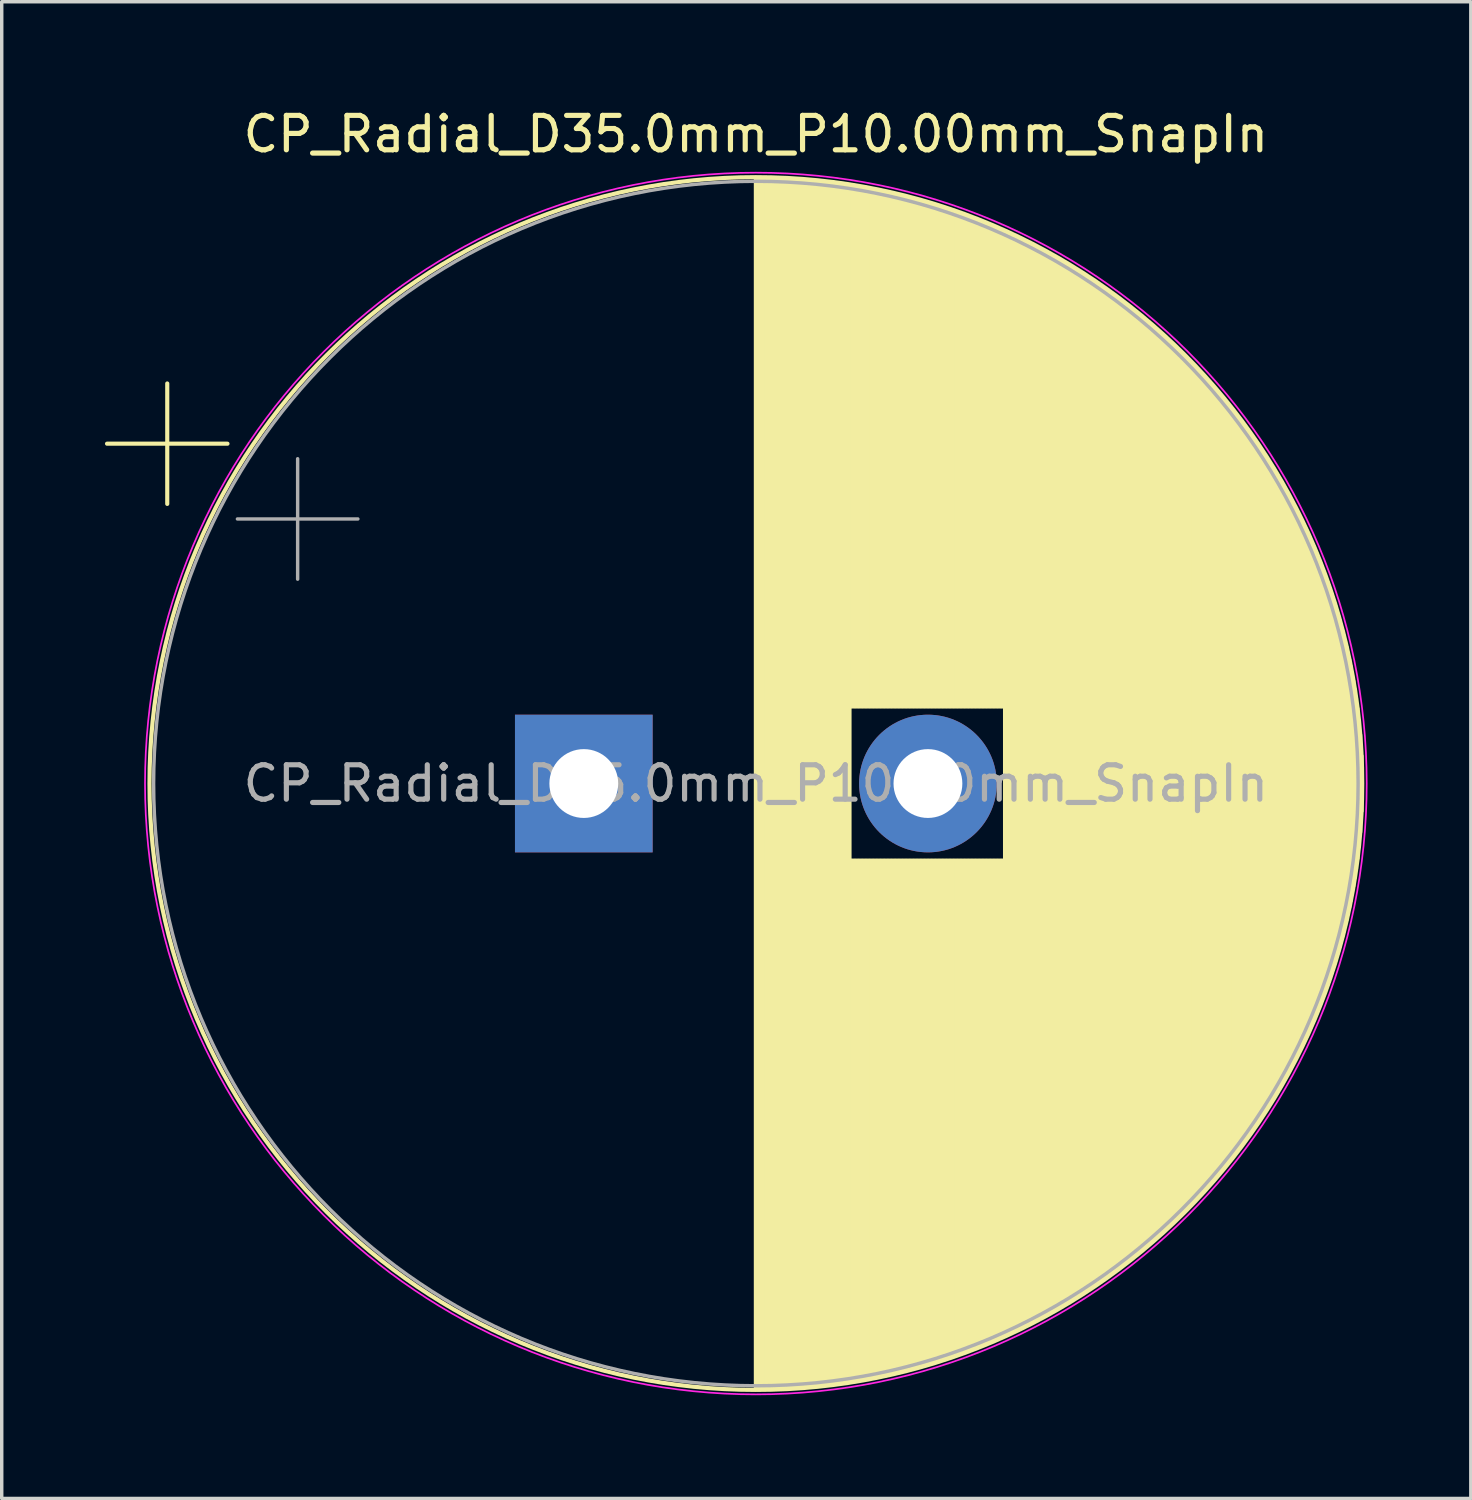
<source format=kicad_pcb>
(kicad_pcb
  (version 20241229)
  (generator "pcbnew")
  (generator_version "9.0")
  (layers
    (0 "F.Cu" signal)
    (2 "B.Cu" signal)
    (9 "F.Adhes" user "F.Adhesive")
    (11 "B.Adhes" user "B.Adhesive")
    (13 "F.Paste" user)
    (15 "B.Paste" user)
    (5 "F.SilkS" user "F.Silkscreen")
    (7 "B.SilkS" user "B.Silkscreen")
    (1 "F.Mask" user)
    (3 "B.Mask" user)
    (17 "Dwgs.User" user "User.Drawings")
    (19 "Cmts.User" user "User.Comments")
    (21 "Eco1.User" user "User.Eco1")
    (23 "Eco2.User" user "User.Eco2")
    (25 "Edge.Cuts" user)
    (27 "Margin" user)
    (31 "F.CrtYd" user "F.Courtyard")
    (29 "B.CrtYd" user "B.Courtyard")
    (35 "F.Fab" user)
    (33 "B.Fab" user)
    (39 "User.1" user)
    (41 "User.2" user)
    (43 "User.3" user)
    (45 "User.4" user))
  (footprint "CP_Radial_D35.0mm_P10.00mm_SnapIn"
    (layer "F.Cu")
    (at 13.914 19.718)
    (property "Reference" "CP_Radial_D35.0mm_P10.00mm_SnapIn" (at 5 -18.87 0) (layer "F.SilkS") (effects (font (size 1 1) (thickness 0.15))))
    (attr through_hole)
    (fp_line (start -13.854 -9.875) (end -10.354 -9.875) (stroke (width 0.12) (type solid)) (layer "F.SilkS"))
    (fp_line (start -12.104 -11.625) (end -12.104 -8.125) (stroke (width 0.12) (type solid)) (layer "F.SilkS"))
    (fp_line (start 5 -17.58) (end 5 17.58) (stroke (width 0.12) (type solid)) (layer "F.SilkS"))
    (fp_line (start 5.04 -17.58) (end 5.04 17.58) (stroke (width 0.12) (type solid)) (layer "F.SilkS"))
    (fp_line (start 5.08 -17.58) (end 5.08 17.58) (stroke (width 0.12) (type solid)) (layer "F.SilkS"))
    (fp_line (start 5.12 -17.58) (end 5.12 17.58) (stroke (width 0.12) (type solid)) (layer "F.SilkS"))
    (fp_line (start 5.16 -17.58) (end 5.16 17.58) (stroke (width 0.12) (type solid)) (layer "F.SilkS"))
    (fp_line (start 5.2 -17.579) (end 5.2 17.579) (stroke (width 0.12) (type solid)) (layer "F.SilkS"))
    (fp_line (start 5.24 -17.579) (end 5.24 17.579) (stroke (width 0.12) (type solid)) (layer "F.SilkS"))
    (fp_line (start 5.28 -17.578) (end 5.28 17.578) (stroke (width 0.12) (type solid)) (layer "F.SilkS"))
    (fp_line (start 5.32 -17.578) (end 5.32 17.578) (stroke (width 0.12) (type solid)) (layer "F.SilkS"))
    (fp_line (start 5.36 -17.577) (end 5.36 17.577) (stroke (width 0.12) (type solid)) (layer "F.SilkS"))
    (fp_line (start 5.4 -17.576) (end 5.4 17.576) (stroke (width 0.12) (type solid)) (layer "F.SilkS"))
    (fp_line (start 5.44 -17.575) (end 5.44 17.575) (stroke (width 0.12) (type solid)) (layer "F.SilkS"))
    (fp_line (start 5.48 -17.574) (end 5.48 17.574) (stroke (width 0.12) (type solid)) (layer "F.SilkS"))
    (fp_line (start 5.52 -17.573) (end 5.52 17.573) (stroke (width 0.12) (type solid)) (layer "F.SilkS"))
    (fp_line (start 5.56 -17.572) (end 5.56 17.572) (stroke (width 0.12) (type solid)) (layer "F.SilkS"))
    (fp_line (start 5.6 -17.57) (end 5.6 17.57) (stroke (width 0.12) (type solid)) (layer "F.SilkS"))
    (fp_line (start 5.64 -17.569) (end 5.64 17.569) (stroke (width 0.12) (type solid)) (layer "F.SilkS"))
    (fp_line (start 5.68 -17.567) (end 5.68 17.567) (stroke (width 0.12) (type solid)) (layer "F.SilkS"))
    (fp_line (start 5.721 -17.566) (end 5.721 17.566) (stroke (width 0.12) (type solid)) (layer "F.SilkS"))
    (fp_line (start 5.761 -17.564) (end 5.761 17.564) (stroke (width 0.12) (type solid)) (layer "F.SilkS"))
    (fp_line (start 5.801 -17.562) (end 5.801 17.562) (stroke (width 0.12) (type solid)) (layer "F.SilkS"))
    (fp_line (start 5.841 -17.56) (end 5.841 17.56) (stroke (width 0.12) (type solid)) (layer "F.SilkS"))
    (fp_line (start 5.881 -17.559) (end 5.881 17.559) (stroke (width 0.12) (type solid)) (layer "F.SilkS"))
    (fp_line (start 5.921 -17.556) (end 5.921 17.556) (stroke (width 0.12) (type solid)) (layer "F.SilkS"))
    (fp_line (start 5.961 -17.554) (end 5.961 17.554) (stroke (width 0.12) (type solid)) (layer "F.SilkS"))
    (fp_line (start 6.001 -17.552) (end 6.001 17.552) (stroke (width 0.12) (type solid)) (layer "F.SilkS"))
    (fp_line (start 6.041 -17.55) (end 6.041 17.55) (stroke (width 0.12) (type solid)) (layer "F.SilkS"))
    (fp_line (start 6.081 -17.547) (end 6.081 17.547) (stroke (width 0.12) (type solid)) (layer "F.SilkS"))
    (fp_line (start 6.121 -17.545) (end 6.121 17.545) (stroke (width 0.12) (type solid)) (layer "F.SilkS"))
    (fp_line (start 6.161 -17.542) (end 6.161 17.542) (stroke (width 0.12) (type solid)) (layer "F.SilkS"))
    (fp_line (start 6.201 -17.54) (end 6.201 17.54) (stroke (width 0.12) (type solid)) (layer "F.SilkS"))
    (fp_line (start 6.241 -17.537) (end 6.241 17.537) (stroke (width 0.12) (type solid)) (layer "F.SilkS"))
    (fp_line (start 6.281 -17.534) (end 6.281 17.534) (stroke (width 0.12) (type solid)) (layer "F.SilkS"))
    (fp_line (start 6.321 -17.531) (end 6.321 17.531) (stroke (width 0.12) (type solid)) (layer "F.SilkS"))
    (fp_line (start 6.361 -17.528) (end 6.361 17.528) (stroke (width 0.12) (type solid)) (layer "F.SilkS"))
    (fp_line (start 6.401 -17.525) (end 6.401 17.525) (stroke (width 0.12) (type solid)) (layer "F.SilkS"))
    (fp_line (start 6.441 -17.522) (end 6.441 17.522) (stroke (width 0.12) (type solid)) (layer "F.SilkS"))
    (fp_line (start 6.481 -17.518) (end 6.481 17.518) (stroke (width 0.12) (type solid)) (layer "F.SilkS"))
    (fp_line (start 6.521 -17.515) (end 6.521 17.515) (stroke (width 0.12) (type solid)) (layer "F.SilkS"))
    (fp_line (start 6.561 -17.511) (end 6.561 17.511) (stroke (width 0.12) (type solid)) (layer "F.SilkS"))
    (fp_line (start 6.601 -17.508) (end 6.601 17.508) (stroke (width 0.12) (type solid)) (layer "F.SilkS"))
    (fp_line (start 6.641 -17.504) (end 6.641 17.504) (stroke (width 0.12) (type solid)) (layer "F.SilkS"))
    (fp_line (start 6.681 -17.5) (end 6.681 17.5) (stroke (width 0.12) (type solid)) (layer "F.SilkS"))
    (fp_line (start 6.721 -17.496) (end 6.721 17.496) (stroke (width 0.12) (type solid)) (layer "F.SilkS"))
    (fp_line (start 6.761 -17.492) (end 6.761 17.492) (stroke (width 0.12) (type solid)) (layer "F.SilkS"))
    (fp_line (start 6.801 -17.488) (end 6.801 17.488) (stroke (width 0.12) (type solid)) (layer "F.SilkS"))
    (fp_line (start 6.841 -17.484) (end 6.841 17.484) (stroke (width 0.12) (type solid)) (layer "F.SilkS"))
    (fp_line (start 6.881 -17.48) (end 6.881 17.48) (stroke (width 0.12) (type solid)) (layer "F.SilkS"))
    (fp_line (start 6.921 -17.476) (end 6.921 17.476) (stroke (width 0.12) (type solid)) (layer "F.SilkS"))
    (fp_line (start 6.961 -17.471) (end 6.961 17.471) (stroke (width 0.12) (type solid)) (layer "F.SilkS"))
    (fp_line (start 7.001 -17.467) (end 7.001 17.467) (stroke (width 0.12) (type solid)) (layer "F.SilkS"))
    (fp_line (start 7.041 -17.462) (end 7.041 17.462) (stroke (width 0.12) (type solid)) (layer "F.SilkS"))
    (fp_line (start 7.081 -17.457) (end 7.081 17.457) (stroke (width 0.12) (type solid)) (layer "F.SilkS"))
    (fp_line (start 7.121 -17.452) (end 7.121 17.452) (stroke (width 0.12) (type solid)) (layer "F.SilkS"))
    (fp_line (start 7.161 -17.448) (end 7.161 17.448) (stroke (width 0.12) (type solid)) (layer "F.SilkS"))
    (fp_line (start 7.201 -17.443) (end 7.201 17.443) (stroke (width 0.12) (type solid)) (layer "F.SilkS"))
    (fp_line (start 7.241 -17.438) (end 7.241 17.438) (stroke (width 0.12) (type solid)) (layer "F.SilkS"))
    (fp_line (start 7.281 -17.432) (end 7.281 17.432) (stroke (width 0.12) (type solid)) (layer "F.SilkS"))
    (fp_line (start 7.321 -17.427) (end 7.321 17.427) (stroke (width 0.12) (type solid)) (layer "F.SilkS"))
    (fp_line (start 7.361 -17.422) (end 7.361 17.422) (stroke (width 0.12) (type solid)) (layer "F.SilkS"))
    (fp_line (start 7.401 -17.416) (end 7.401 17.416) (stroke (width 0.12) (type solid)) (layer "F.SilkS"))
    (fp_line (start 7.441 -17.411) (end 7.441 17.411) (stroke (width 0.12) (type solid)) (layer "F.SilkS"))
    (fp_line (start 7.481 -17.405) (end 7.481 17.405) (stroke (width 0.12) (type solid)) (layer "F.SilkS"))
    (fp_line (start 7.521 -17.399) (end 7.521 17.399) (stroke (width 0.12) (type solid)) (layer "F.SilkS"))
    (fp_line (start 7.561 -17.394) (end 7.561 17.394) (stroke (width 0.12) (type solid)) (layer "F.SilkS"))
    (fp_line (start 7.601 -17.388) (end 7.601 17.388) (stroke (width 0.12) (type solid)) (layer "F.SilkS"))
    (fp_line (start 7.641 -17.382) (end 7.641 17.382) (stroke (width 0.12) (type solid)) (layer "F.SilkS"))
    (fp_line (start 7.681 -17.375) (end 7.681 17.375) (stroke (width 0.12) (type solid)) (layer "F.SilkS"))
    (fp_line (start 7.721 -17.369) (end 7.721 17.369) (stroke (width 0.12) (type solid)) (layer "F.SilkS"))
    (fp_line (start 7.761 -17.363) (end 7.761 -2.24) (stroke (width 0.12) (type solid)) (layer "F.SilkS"))
    (fp_line (start 7.761 2.24) (end 7.761 17.363) (stroke (width 0.12) (type solid)) (layer "F.SilkS"))
    (fp_line (start 7.801 -17.357) (end 7.801 -2.24) (stroke (width 0.12) (type solid)) (layer "F.SilkS"))
    (fp_line (start 7.801 2.24) (end 7.801 17.357) (stroke (width 0.12) (type solid)) (layer "F.SilkS"))
    (fp_line (start 7.841 -17.35) (end 7.841 -2.24) (stroke (width 0.12) (type solid)) (layer "F.SilkS"))
    (fp_line (start 7.841 2.24) (end 7.841 17.35) (stroke (width 0.12) (type solid)) (layer "F.SilkS"))
    (fp_line (start 7.881 -17.344) (end 7.881 -2.24) (stroke (width 0.12) (type solid)) (layer "F.SilkS"))
    (fp_line (start 7.881 2.24) (end 7.881 17.344) (stroke (width 0.12) (type solid)) (layer "F.SilkS"))
    (fp_line (start 7.921 -17.337) (end 7.921 -2.24) (stroke (width 0.12) (type solid)) (layer "F.SilkS"))
    (fp_line (start 7.921 2.24) (end 7.921 17.337) (stroke (width 0.12) (type solid)) (layer "F.SilkS"))
    (fp_line (start 7.961 -17.33) (end 7.961 -2.24) (stroke (width 0.12) (type solid)) (layer "F.SilkS"))
    (fp_line (start 7.961 2.24) (end 7.961 17.33) (stroke (width 0.12) (type solid)) (layer "F.SilkS"))
    (fp_line (start 8.001 -17.323) (end 8.001 -2.24) (stroke (width 0.12) (type solid)) (layer "F.SilkS"))
    (fp_line (start 8.001 2.24) (end 8.001 17.323) (stroke (width 0.12) (type solid)) (layer "F.SilkS"))
    (fp_line (start 8.041 -17.316) (end 8.041 -2.24) (stroke (width 0.12) (type solid)) (layer "F.SilkS"))
    (fp_line (start 8.041 2.24) (end 8.041 17.316) (stroke (width 0.12) (type solid)) (layer "F.SilkS"))
    (fp_line (start 8.081 -17.309) (end 8.081 -2.24) (stroke (width 0.12) (type solid)) (layer "F.SilkS"))
    (fp_line (start 8.081 2.24) (end 8.081 17.309) (stroke (width 0.12) (type solid)) (layer "F.SilkS"))
    (fp_line (start 8.121 -17.302) (end 8.121 -2.24) (stroke (width 0.12) (type solid)) (layer "F.SilkS"))
    (fp_line (start 8.121 2.24) (end 8.121 17.302) (stroke (width 0.12) (type solid)) (layer "F.SilkS"))
    (fp_line (start 8.161 -17.295) (end 8.161 -2.24) (stroke (width 0.12) (type solid)) (layer "F.SilkS"))
    (fp_line (start 8.161 2.24) (end 8.161 17.295) (stroke (width 0.12) (type solid)) (layer "F.SilkS"))
    (fp_line (start 8.201 -17.287) (end 8.201 -2.24) (stroke (width 0.12) (type solid)) (layer "F.SilkS"))
    (fp_line (start 8.201 2.24) (end 8.201 17.287) (stroke (width 0.12) (type solid)) (layer "F.SilkS"))
    (fp_line (start 8.241 -17.28) (end 8.241 -2.24) (stroke (width 0.12) (type solid)) (layer "F.SilkS"))
    (fp_line (start 8.241 2.24) (end 8.241 17.28) (stroke (width 0.12) (type solid)) (layer "F.SilkS"))
    (fp_line (start 8.281 -17.273) (end 8.281 -2.24) (stroke (width 0.12) (type solid)) (layer "F.SilkS"))
    (fp_line (start 8.281 2.24) (end 8.281 17.273) (stroke (width 0.12) (type solid)) (layer "F.SilkS"))
    (fp_line (start 8.321 -17.265) (end 8.321 -2.24) (stroke (width 0.12) (type solid)) (layer "F.SilkS"))
    (fp_line (start 8.321 2.24) (end 8.321 17.265) (stroke (width 0.12) (type solid)) (layer "F.SilkS"))
    (fp_line (start 8.361 -17.257) (end 8.361 -2.24) (stroke (width 0.12) (type solid)) (layer "F.SilkS"))
    (fp_line (start 8.361 2.24) (end 8.361 17.257) (stroke (width 0.12) (type solid)) (layer "F.SilkS"))
    (fp_line (start 8.401 -17.249) (end 8.401 -2.24) (stroke (width 0.12) (type solid)) (layer "F.SilkS"))
    (fp_line (start 8.401 2.24) (end 8.401 17.249) (stroke (width 0.12) (type solid)) (layer "F.SilkS"))
    (fp_line (start 8.441 -17.241) (end 8.441 -2.24) (stroke (width 0.12) (type solid)) (layer "F.SilkS"))
    (fp_line (start 8.441 2.24) (end 8.441 17.241) (stroke (width 0.12) (type solid)) (layer "F.SilkS"))
    (fp_line (start 8.481 -17.233) (end 8.481 -2.24) (stroke (width 0.12) (type solid)) (layer "F.SilkS"))
    (fp_line (start 8.481 2.24) (end 8.481 17.233) (stroke (width 0.12) (type solid)) (layer "F.SilkS"))
    (fp_line (start 8.521 -17.225) (end 8.521 -2.24) (stroke (width 0.12) (type solid)) (layer "F.SilkS"))
    (fp_line (start 8.521 2.24) (end 8.521 17.225) (stroke (width 0.12) (type solid)) (layer "F.SilkS"))
    (fp_line (start 8.561 -17.217) (end 8.561 -2.24) (stroke (width 0.12) (type solid)) (layer "F.SilkS"))
    (fp_line (start 8.561 2.24) (end 8.561 17.217) (stroke (width 0.12) (type solid)) (layer "F.SilkS"))
    (fp_line (start 8.601 -17.209) (end 8.601 -2.24) (stroke (width 0.12) (type solid)) (layer "F.SilkS"))
    (fp_line (start 8.601 2.24) (end 8.601 17.209) (stroke (width 0.12) (type solid)) (layer "F.SilkS"))
    (fp_line (start 8.641 -17.2) (end 8.641 -2.24) (stroke (width 0.12) (type solid)) (layer "F.SilkS"))
    (fp_line (start 8.641 2.24) (end 8.641 17.2) (stroke (width 0.12) (type solid)) (layer "F.SilkS"))
    (fp_line (start 8.681 -17.192) (end 8.681 -2.24) (stroke (width 0.12) (type solid)) (layer "F.SilkS"))
    (fp_line (start 8.681 2.24) (end 8.681 17.192) (stroke (width 0.12) (type solid)) (layer "F.SilkS"))
    (fp_line (start 8.721 -17.183) (end 8.721 -2.24) (stroke (width 0.12) (type solid)) (layer "F.SilkS"))
    (fp_line (start 8.721 2.24) (end 8.721 17.183) (stroke (width 0.12) (type solid)) (layer "F.SilkS"))
    (fp_line (start 8.761 -17.175) (end 8.761 -2.24) (stroke (width 0.12) (type solid)) (layer "F.SilkS"))
    (fp_line (start 8.761 2.24) (end 8.761 17.175) (stroke (width 0.12) (type solid)) (layer "F.SilkS"))
    (fp_line (start 8.801 -17.166) (end 8.801 -2.24) (stroke (width 0.12) (type solid)) (layer "F.SilkS"))
    (fp_line (start 8.801 2.24) (end 8.801 17.166) (stroke (width 0.12) (type solid)) (layer "F.SilkS"))
    (fp_line (start 8.841 -17.157) (end 8.841 -2.24) (stroke (width 0.12) (type solid)) (layer "F.SilkS"))
    (fp_line (start 8.841 2.24) (end 8.841 17.157) (stroke (width 0.12) (type solid)) (layer "F.SilkS"))
    (fp_line (start 8.881 -17.148) (end 8.881 -2.24) (stroke (width 0.12) (type solid)) (layer "F.SilkS"))
    (fp_line (start 8.881 2.24) (end 8.881 17.148) (stroke (width 0.12) (type solid)) (layer "F.SilkS"))
    (fp_line (start 8.921 -17.139) (end 8.921 -2.24) (stroke (width 0.12) (type solid)) (layer "F.SilkS"))
    (fp_line (start 8.921 2.24) (end 8.921 17.139) (stroke (width 0.12) (type solid)) (layer "F.SilkS"))
    (fp_line (start 8.961 -17.13) (end 8.961 -2.24) (stroke (width 0.12) (type solid)) (layer "F.SilkS"))
    (fp_line (start 8.961 2.24) (end 8.961 17.13) (stroke (width 0.12) (type solid)) (layer "F.SilkS"))
    (fp_line (start 9.001 -17.12) (end 9.001 -2.24) (stroke (width 0.12) (type solid)) (layer "F.SilkS"))
    (fp_line (start 9.001 2.24) (end 9.001 17.12) (stroke (width 0.12) (type solid)) (layer "F.SilkS"))
    (fp_line (start 9.041 -17.111) (end 9.041 -2.24) (stroke (width 0.12) (type solid)) (layer "F.SilkS"))
    (fp_line (start 9.041 2.24) (end 9.041 17.111) (stroke (width 0.12) (type solid)) (layer "F.SilkS"))
    (fp_line (start 9.081 -17.102) (end 9.081 -2.24) (stroke (width 0.12) (type solid)) (layer "F.SilkS"))
    (fp_line (start 9.081 2.24) (end 9.081 17.102) (stroke (width 0.12) (type solid)) (layer "F.SilkS"))
    (fp_line (start 9.121 -17.092) (end 9.121 -2.24) (stroke (width 0.12) (type solid)) (layer "F.SilkS"))
    (fp_line (start 9.121 2.24) (end 9.121 17.092) (stroke (width 0.12) (type solid)) (layer "F.SilkS"))
    (fp_line (start 9.161 -17.082) (end 9.161 -2.24) (stroke (width 0.12) (type solid)) (layer "F.SilkS"))
    (fp_line (start 9.161 2.24) (end 9.161 17.082) (stroke (width 0.12) (type solid)) (layer "F.SilkS"))
    (fp_line (start 9.201 -17.073) (end 9.201 -2.24) (stroke (width 0.12) (type solid)) (layer "F.SilkS"))
    (fp_line (start 9.201 2.24) (end 9.201 17.073) (stroke (width 0.12) (type solid)) (layer "F.SilkS"))
    (fp_line (start 9.241 -17.063) (end 9.241 -2.24) (stroke (width 0.12) (type solid)) (layer "F.SilkS"))
    (fp_line (start 9.241 2.24) (end 9.241 17.063) (stroke (width 0.12) (type solid)) (layer "F.SilkS"))
    (fp_line (start 9.281 -17.053) (end 9.281 -2.24) (stroke (width 0.12) (type solid)) (layer "F.SilkS"))
    (fp_line (start 9.281 2.24) (end 9.281 17.053) (stroke (width 0.12) (type solid)) (layer "F.SilkS"))
    (fp_line (start 9.321 -17.043) (end 9.321 -2.24) (stroke (width 0.12) (type solid)) (layer "F.SilkS"))
    (fp_line (start 9.321 2.24) (end 9.321 17.043) (stroke (width 0.12) (type solid)) (layer "F.SilkS"))
    (fp_line (start 9.361 -17.033) (end 9.361 -2.24) (stroke (width 0.12) (type solid)) (layer "F.SilkS"))
    (fp_line (start 9.361 2.24) (end 9.361 17.033) (stroke (width 0.12) (type solid)) (layer "F.SilkS"))
    (fp_line (start 9.401 -17.022) (end 9.401 -2.24) (stroke (width 0.12) (type solid)) (layer "F.SilkS"))
    (fp_line (start 9.401 2.24) (end 9.401 17.022) (stroke (width 0.12) (type solid)) (layer "F.SilkS"))
    (fp_line (start 9.441 -17.012) (end 9.441 -2.24) (stroke (width 0.12) (type solid)) (layer "F.SilkS"))
    (fp_line (start 9.441 2.24) (end 9.441 17.012) (stroke (width 0.12) (type solid)) (layer "F.SilkS"))
    (fp_line (start 9.481 -17.001) (end 9.481 -2.24) (stroke (width 0.12) (type solid)) (layer "F.SilkS"))
    (fp_line (start 9.481 2.24) (end 9.481 17.001) (stroke (width 0.12) (type solid)) (layer "F.SilkS"))
    (fp_line (start 9.521 -16.991) (end 9.521 -2.24) (stroke (width 0.12) (type solid)) (layer "F.SilkS"))
    (fp_line (start 9.521 2.24) (end 9.521 16.991) (stroke (width 0.12) (type solid)) (layer "F.SilkS"))
    (fp_line (start 9.561 -16.98) (end 9.561 -2.24) (stroke (width 0.12) (type solid)) (layer "F.SilkS"))
    (fp_line (start 9.561 2.24) (end 9.561 16.98) (stroke (width 0.12) (type solid)) (layer "F.SilkS"))
    (fp_line (start 9.601 -16.969) (end 9.601 -2.24) (stroke (width 0.12) (type solid)) (layer "F.SilkS"))
    (fp_line (start 9.601 2.24) (end 9.601 16.969) (stroke (width 0.12) (type solid)) (layer "F.SilkS"))
    (fp_line (start 9.641 -16.959) (end 9.641 -2.24) (stroke (width 0.12) (type solid)) (layer "F.SilkS"))
    (fp_line (start 9.641 2.24) (end 9.641 16.959) (stroke (width 0.12) (type solid)) (layer "F.SilkS"))
    (fp_line (start 9.681 -16.948) (end 9.681 -2.24) (stroke (width 0.12) (type solid)) (layer "F.SilkS"))
    (fp_line (start 9.681 2.24) (end 9.681 16.948) (stroke (width 0.12) (type solid)) (layer "F.SilkS"))
    (fp_line (start 9.721 -16.937) (end 9.721 -2.24) (stroke (width 0.12) (type solid)) (layer "F.SilkS"))
    (fp_line (start 9.721 2.24) (end 9.721 16.937) (stroke (width 0.12) (type solid)) (layer "F.SilkS"))
    (fp_line (start 9.761 -16.925) (end 9.761 -2.24) (stroke (width 0.12) (type solid)) (layer "F.SilkS"))
    (fp_line (start 9.761 2.24) (end 9.761 16.925) (stroke (width 0.12) (type solid)) (layer "F.SilkS"))
    (fp_line (start 9.801 -16.914) (end 9.801 -2.24) (stroke (width 0.12) (type solid)) (layer "F.SilkS"))
    (fp_line (start 9.801 2.24) (end 9.801 16.914) (stroke (width 0.12) (type solid)) (layer "F.SilkS"))
    (fp_line (start 9.841 -16.903) (end 9.841 -2.24) (stroke (width 0.12) (type solid)) (layer "F.SilkS"))
    (fp_line (start 9.841 2.24) (end 9.841 16.903) (stroke (width 0.12) (type solid)) (layer "F.SilkS"))
    (fp_line (start 9.881 -16.891) (end 9.881 -2.24) (stroke (width 0.12) (type solid)) (layer "F.SilkS"))
    (fp_line (start 9.881 2.24) (end 9.881 16.891) (stroke (width 0.12) (type solid)) (layer "F.SilkS"))
    (fp_line (start 9.921 -16.88) (end 9.921 -2.24) (stroke (width 0.12) (type solid)) (layer "F.SilkS"))
    (fp_line (start 9.921 2.24) (end 9.921 16.88) (stroke (width 0.12) (type solid)) (layer "F.SilkS"))
    (fp_line (start 9.961 -16.868) (end 9.961 -2.24) (stroke (width 0.12) (type solid)) (layer "F.SilkS"))
    (fp_line (start 9.961 2.24) (end 9.961 16.868) (stroke (width 0.12) (type solid)) (layer "F.SilkS"))
    (fp_line (start 10.001 -16.856) (end 10.001 -2.24) (stroke (width 0.12) (type solid)) (layer "F.SilkS"))
    (fp_line (start 10.001 2.24) (end 10.001 16.856) (stroke (width 0.12) (type solid)) (layer "F.SilkS"))
    (fp_line (start 10.041 -16.844) (end 10.041 -2.24) (stroke (width 0.12) (type solid)) (layer "F.SilkS"))
    (fp_line (start 10.041 2.24) (end 10.041 16.844) (stroke (width 0.12) (type solid)) (layer "F.SilkS"))
    (fp_line (start 10.081 -16.832) (end 10.081 -2.24) (stroke (width 0.12) (type solid)) (layer "F.SilkS"))
    (fp_line (start 10.081 2.24) (end 10.081 16.832) (stroke (width 0.12) (type solid)) (layer "F.SilkS"))
    (fp_line (start 10.121 -16.82) (end 10.121 -2.24) (stroke (width 0.12) (type solid)) (layer "F.SilkS"))
    (fp_line (start 10.121 2.24) (end 10.121 16.82) (stroke (width 0.12) (type solid)) (layer "F.SilkS"))
    (fp_line (start 10.161 -16.808) (end 10.161 -2.24) (stroke (width 0.12) (type solid)) (layer "F.SilkS"))
    (fp_line (start 10.161 2.24) (end 10.161 16.808) (stroke (width 0.12) (type solid)) (layer "F.SilkS"))
    (fp_line (start 10.201 -16.796) (end 10.201 -2.24) (stroke (width 0.12) (type solid)) (layer "F.SilkS"))
    (fp_line (start 10.201 2.24) (end 10.201 16.796) (stroke (width 0.12) (type solid)) (layer "F.SilkS"))
    (fp_line (start 10.241 -16.783) (end 10.241 -2.24) (stroke (width 0.12) (type solid)) (layer "F.SilkS"))
    (fp_line (start 10.241 2.24) (end 10.241 16.783) (stroke (width 0.12) (type solid)) (layer "F.SilkS"))
    (fp_line (start 10.281 -16.771) (end 10.281 -2.24) (stroke (width 0.12) (type solid)) (layer "F.SilkS"))
    (fp_line (start 10.281 2.24) (end 10.281 16.771) (stroke (width 0.12) (type solid)) (layer "F.SilkS"))
    (fp_line (start 10.321 -16.758) (end 10.321 -2.24) (stroke (width 0.12) (type solid)) (layer "F.SilkS"))
    (fp_line (start 10.321 2.24) (end 10.321 16.758) (stroke (width 0.12) (type solid)) (layer "F.SilkS"))
    (fp_line (start 10.361 -16.745) (end 10.361 -2.24) (stroke (width 0.12) (type solid)) (layer "F.SilkS"))
    (fp_line (start 10.361 2.24) (end 10.361 16.745) (stroke (width 0.12) (type solid)) (layer "F.SilkS"))
    (fp_line (start 10.401 -16.733) (end 10.401 -2.24) (stroke (width 0.12) (type solid)) (layer "F.SilkS"))
    (fp_line (start 10.401 2.24) (end 10.401 16.733) (stroke (width 0.12) (type solid)) (layer "F.SilkS"))
    (fp_line (start 10.441 -16.72) (end 10.441 -2.24) (stroke (width 0.12) (type solid)) (layer "F.SilkS"))
    (fp_line (start 10.441 2.24) (end 10.441 16.72) (stroke (width 0.12) (type solid)) (layer "F.SilkS"))
    (fp_line (start 10.481 -16.707) (end 10.481 -2.24) (stroke (width 0.12) (type solid)) (layer "F.SilkS"))
    (fp_line (start 10.481 2.24) (end 10.481 16.707) (stroke (width 0.12) (type solid)) (layer "F.SilkS"))
    (fp_line (start 10.521 -16.694) (end 10.521 -2.24) (stroke (width 0.12) (type solid)) (layer "F.SilkS"))
    (fp_line (start 10.521 2.24) (end 10.521 16.694) (stroke (width 0.12) (type solid)) (layer "F.SilkS"))
    (fp_line (start 10.561 -16.68) (end 10.561 -2.24) (stroke (width 0.12) (type solid)) (layer "F.SilkS"))
    (fp_line (start 10.561 2.24) (end 10.561 16.68) (stroke (width 0.12) (type solid)) (layer "F.SilkS"))
    (fp_line (start 10.601 -16.667) (end 10.601 -2.24) (stroke (width 0.12) (type solid)) (layer "F.SilkS"))
    (fp_line (start 10.601 2.24) (end 10.601 16.667) (stroke (width 0.12) (type solid)) (layer "F.SilkS"))
    (fp_line (start 10.641 -16.653) (end 10.641 -2.24) (stroke (width 0.12) (type solid)) (layer "F.SilkS"))
    (fp_line (start 10.641 2.24) (end 10.641 16.653) (stroke (width 0.12) (type solid)) (layer "F.SilkS"))
    (fp_line (start 10.681 -16.64) (end 10.681 -2.24) (stroke (width 0.12) (type solid)) (layer "F.SilkS"))
    (fp_line (start 10.681 2.24) (end 10.681 16.64) (stroke (width 0.12) (type solid)) (layer "F.SilkS"))
    (fp_line (start 10.721 -16.626) (end 10.721 -2.24) (stroke (width 0.12) (type solid)) (layer "F.SilkS"))
    (fp_line (start 10.721 2.24) (end 10.721 16.626) (stroke (width 0.12) (type solid)) (layer "F.SilkS"))
    (fp_line (start 10.761 -16.612) (end 10.761 -2.24) (stroke (width 0.12) (type solid)) (layer "F.SilkS"))
    (fp_line (start 10.761 2.24) (end 10.761 16.612) (stroke (width 0.12) (type solid)) (layer "F.SilkS"))
    (fp_line (start 10.801 -16.599) (end 10.801 -2.24) (stroke (width 0.12) (type solid)) (layer "F.SilkS"))
    (fp_line (start 10.801 2.24) (end 10.801 16.599) (stroke (width 0.12) (type solid)) (layer "F.SilkS"))
    (fp_line (start 10.841 -16.585) (end 10.841 -2.24) (stroke (width 0.12) (type solid)) (layer "F.SilkS"))
    (fp_line (start 10.841 2.24) (end 10.841 16.585) (stroke (width 0.12) (type solid)) (layer "F.SilkS"))
    (fp_line (start 10.881 -16.57) (end 10.881 -2.24) (stroke (width 0.12) (type solid)) (layer "F.SilkS"))
    (fp_line (start 10.881 2.24) (end 10.881 16.57) (stroke (width 0.12) (type solid)) (layer "F.SilkS"))
    (fp_line (start 10.921 -16.556) (end 10.921 -2.24) (stroke (width 0.12) (type solid)) (layer "F.SilkS"))
    (fp_line (start 10.921 2.24) (end 10.921 16.556) (stroke (width 0.12) (type solid)) (layer "F.SilkS"))
    (fp_line (start 10.961 -16.542) (end 10.961 -2.24) (stroke (width 0.12) (type solid)) (layer "F.SilkS"))
    (fp_line (start 10.961 2.24) (end 10.961 16.542) (stroke (width 0.12) (type solid)) (layer "F.SilkS"))
    (fp_line (start 11.001 -16.527) (end 11.001 -2.24) (stroke (width 0.12) (type solid)) (layer "F.SilkS"))
    (fp_line (start 11.001 2.24) (end 11.001 16.527) (stroke (width 0.12) (type solid)) (layer "F.SilkS"))
    (fp_line (start 11.041 -16.513) (end 11.041 -2.24) (stroke (width 0.12) (type solid)) (layer "F.SilkS"))
    (fp_line (start 11.041 2.24) (end 11.041 16.513) (stroke (width 0.12) (type solid)) (layer "F.SilkS"))
    (fp_line (start 11.081 -16.498) (end 11.081 -2.24) (stroke (width 0.12) (type solid)) (layer "F.SilkS"))
    (fp_line (start 11.081 2.24) (end 11.081 16.498) (stroke (width 0.12) (type solid)) (layer "F.SilkS"))
    (fp_line (start 11.121 -16.484) (end 11.121 -2.24) (stroke (width 0.12) (type solid)) (layer "F.SilkS"))
    (fp_line (start 11.121 2.24) (end 11.121 16.484) (stroke (width 0.12) (type solid)) (layer "F.SilkS"))
    (fp_line (start 11.161 -16.469) (end 11.161 -2.24) (stroke (width 0.12) (type solid)) (layer "F.SilkS"))
    (fp_line (start 11.161 2.24) (end 11.161 16.469) (stroke (width 0.12) (type solid)) (layer "F.SilkS"))
    (fp_line (start 11.201 -16.454) (end 11.201 -2.24) (stroke (width 0.12) (type solid)) (layer "F.SilkS"))
    (fp_line (start 11.201 2.24) (end 11.201 16.454) (stroke (width 0.12) (type solid)) (layer "F.SilkS"))
    (fp_line (start 11.241 -16.439) (end 11.241 -2.24) (stroke (width 0.12) (type solid)) (layer "F.SilkS"))
    (fp_line (start 11.241 2.24) (end 11.241 16.439) (stroke (width 0.12) (type solid)) (layer "F.SilkS"))
    (fp_line (start 11.281 -16.423) (end 11.281 -2.24) (stroke (width 0.12) (type solid)) (layer "F.SilkS"))
    (fp_line (start 11.281 2.24) (end 11.281 16.423) (stroke (width 0.12) (type solid)) (layer "F.SilkS"))
    (fp_line (start 11.321 -16.408) (end 11.321 -2.24) (stroke (width 0.12) (type solid)) (layer "F.SilkS"))
    (fp_line (start 11.321 2.24) (end 11.321 16.408) (stroke (width 0.12) (type solid)) (layer "F.SilkS"))
    (fp_line (start 11.361 -16.393) (end 11.361 -2.24) (stroke (width 0.12) (type solid)) (layer "F.SilkS"))
    (fp_line (start 11.361 2.24) (end 11.361 16.393) (stroke (width 0.12) (type solid)) (layer "F.SilkS"))
    (fp_line (start 11.401 -16.377) (end 11.401 -2.24) (stroke (width 0.12) (type solid)) (layer "F.SilkS"))
    (fp_line (start 11.401 2.24) (end 11.401 16.377) (stroke (width 0.12) (type solid)) (layer "F.SilkS"))
    (fp_line (start 11.441 -16.361) (end 11.441 -2.24) (stroke (width 0.12) (type solid)) (layer "F.SilkS"))
    (fp_line (start 11.441 2.24) (end 11.441 16.361) (stroke (width 0.12) (type solid)) (layer "F.SilkS"))
    (fp_line (start 11.481 -16.346) (end 11.481 -2.24) (stroke (width 0.12) (type solid)) (layer "F.SilkS"))
    (fp_line (start 11.481 2.24) (end 11.481 16.346) (stroke (width 0.12) (type solid)) (layer "F.SilkS"))
    (fp_line (start 11.521 -16.33) (end 11.521 -2.24) (stroke (width 0.12) (type solid)) (layer "F.SilkS"))
    (fp_line (start 11.521 2.24) (end 11.521 16.33) (stroke (width 0.12) (type solid)) (layer "F.SilkS"))
    (fp_line (start 11.561 -16.314) (end 11.561 -2.24) (stroke (width 0.12) (type solid)) (layer "F.SilkS"))
    (fp_line (start 11.561 2.24) (end 11.561 16.314) (stroke (width 0.12) (type solid)) (layer "F.SilkS"))
    (fp_line (start 11.601 -16.298) (end 11.601 -2.24) (stroke (width 0.12) (type solid)) (layer "F.SilkS"))
    (fp_line (start 11.601 2.24) (end 11.601 16.298) (stroke (width 0.12) (type solid)) (layer "F.SilkS"))
    (fp_line (start 11.641 -16.281) (end 11.641 -2.24) (stroke (width 0.12) (type solid)) (layer "F.SilkS"))
    (fp_line (start 11.641 2.24) (end 11.641 16.281) (stroke (width 0.12) (type solid)) (layer "F.SilkS"))
    (fp_line (start 11.681 -16.265) (end 11.681 -2.24) (stroke (width 0.12) (type solid)) (layer "F.SilkS"))
    (fp_line (start 11.681 2.24) (end 11.681 16.265) (stroke (width 0.12) (type solid)) (layer "F.SilkS"))
    (fp_line (start 11.721 -16.249) (end 11.721 -2.24) (stroke (width 0.12) (type solid)) (layer "F.SilkS"))
    (fp_line (start 11.721 2.24) (end 11.721 16.249) (stroke (width 0.12) (type solid)) (layer "F.SilkS"))
    (fp_line (start 11.761 -16.232) (end 11.761 -2.24) (stroke (width 0.12) (type solid)) (layer "F.SilkS"))
    (fp_line (start 11.761 2.24) (end 11.761 16.232) (stroke (width 0.12) (type solid)) (layer "F.SilkS"))
    (fp_line (start 11.801 -16.215) (end 11.801 -2.24) (stroke (width 0.12) (type solid)) (layer "F.SilkS"))
    (fp_line (start 11.801 2.24) (end 11.801 16.215) (stroke (width 0.12) (type solid)) (layer "F.SilkS"))
    (fp_line (start 11.841 -16.199) (end 11.841 -2.24) (stroke (width 0.12) (type solid)) (layer "F.SilkS"))
    (fp_line (start 11.841 2.24) (end 11.841 16.199) (stroke (width 0.12) (type solid)) (layer "F.SilkS"))
    (fp_line (start 11.881 -16.182) (end 11.881 -2.24) (stroke (width 0.12) (type solid)) (layer "F.SilkS"))
    (fp_line (start 11.881 2.24) (end 11.881 16.182) (stroke (width 0.12) (type solid)) (layer "F.SilkS"))
    (fp_line (start 11.921 -16.165) (end 11.921 -2.24) (stroke (width 0.12) (type solid)) (layer "F.SilkS"))
    (fp_line (start 11.921 2.24) (end 11.921 16.165) (stroke (width 0.12) (type solid)) (layer "F.SilkS"))
    (fp_line (start 11.961 -16.148) (end 11.961 -2.24) (stroke (width 0.12) (type solid)) (layer "F.SilkS"))
    (fp_line (start 11.961 2.24) (end 11.961 16.148) (stroke (width 0.12) (type solid)) (layer "F.SilkS"))
    (fp_line (start 12.001 -16.13) (end 12.001 -2.24) (stroke (width 0.12) (type solid)) (layer "F.SilkS"))
    (fp_line (start 12.001 2.24) (end 12.001 16.13) (stroke (width 0.12) (type solid)) (layer "F.SilkS"))
    (fp_line (start 12.041 -16.113) (end 12.041 -2.24) (stroke (width 0.12) (type solid)) (layer "F.SilkS"))
    (fp_line (start 12.041 2.24) (end 12.041 16.113) (stroke (width 0.12) (type solid)) (layer "F.SilkS"))
    (fp_line (start 12.081 -16.095) (end 12.081 -2.24) (stroke (width 0.12) (type solid)) (layer "F.SilkS"))
    (fp_line (start 12.081 2.24) (end 12.081 16.095) (stroke (width 0.12) (type solid)) (layer "F.SilkS"))
    (fp_line (start 12.121 -16.078) (end 12.121 -2.24) (stroke (width 0.12) (type solid)) (layer "F.SilkS"))
    (fp_line (start 12.121 2.24) (end 12.121 16.078) (stroke (width 0.12) (type solid)) (layer "F.SilkS"))
    (fp_line (start 12.161 -16.06) (end 12.161 -2.24) (stroke (width 0.12) (type solid)) (layer "F.SilkS"))
    (fp_line (start 12.161 2.24) (end 12.161 16.06) (stroke (width 0.12) (type solid)) (layer "F.SilkS"))
    (fp_line (start 12.201 -16.042) (end 12.201 -2.24) (stroke (width 0.12) (type solid)) (layer "F.SilkS"))
    (fp_line (start 12.201 2.24) (end 12.201 16.042) (stroke (width 0.12) (type solid)) (layer "F.SilkS"))
    (fp_line (start 12.241 -16.024) (end 12.241 16.024) (stroke (width 0.12) (type solid)) (layer "F.SilkS"))
    (fp_line (start 12.281 -16.006) (end 12.281 16.006) (stroke (width 0.12) (type solid)) (layer "F.SilkS"))
    (fp_line (start 12.321 -15.988) (end 12.321 15.988) (stroke (width 0.12) (type solid)) (layer "F.SilkS"))
    (fp_line (start 12.361 -15.97) (end 12.361 15.97) (stroke (width 0.12) (type solid)) (layer "F.SilkS"))
    (fp_line (start 12.401 -15.951) (end 12.401 15.951) (stroke (width 0.12) (type solid)) (layer "F.SilkS"))
    (fp_line (start 12.441 -15.933) (end 12.441 15.933) (stroke (width 0.12) (type solid)) (layer "F.SilkS"))
    (fp_line (start 12.481 -15.914) (end 12.481 15.914) (stroke (width 0.12) (type solid)) (layer "F.SilkS"))
    (fp_line (start 12.521 -15.895) (end 12.521 15.895) (stroke (width 0.12) (type solid)) (layer "F.SilkS"))
    (fp_line (start 12.561 -15.876) (end 12.561 15.876) (stroke (width 0.12) (type solid)) (layer "F.SilkS"))
    (fp_line (start 12.601 -15.857) (end 12.601 15.857) (stroke (width 0.12) (type solid)) (layer "F.SilkS"))
    (fp_line (start 12.641 -15.838) (end 12.641 15.838) (stroke (width 0.12) (type solid)) (layer "F.SilkS"))
    (fp_line (start 12.681 -15.819) (end 12.681 15.819) (stroke (width 0.12) (type solid)) (layer "F.SilkS"))
    (fp_line (start 12.721 -15.799) (end 12.721 15.799) (stroke (width 0.12) (type solid)) (layer "F.SilkS"))
    (fp_line (start 12.761 -15.78) (end 12.761 15.78) (stroke (width 0.12) (type solid)) (layer "F.SilkS"))
    (fp_line (start 12.801 -15.76) (end 12.801 15.76) (stroke (width 0.12) (type solid)) (layer "F.SilkS"))
    (fp_line (start 12.841 -15.74) (end 12.841 15.74) (stroke (width 0.12) (type solid)) (layer "F.SilkS"))
    (fp_line (start 12.881 -15.72) (end 12.881 15.72) (stroke (width 0.12) (type solid)) (layer "F.SilkS"))
    (fp_line (start 12.921 -15.7) (end 12.921 15.7) (stroke (width 0.12) (type solid)) (layer "F.SilkS"))
    (fp_line (start 12.961 -15.68) (end 12.961 15.68) (stroke (width 0.12) (type solid)) (layer "F.SilkS"))
    (fp_line (start 13.001 -15.66) (end 13.001 15.66) (stroke (width 0.12) (type solid)) (layer "F.SilkS"))
    (fp_line (start 13.041 -15.639) (end 13.041 15.639) (stroke (width 0.12) (type solid)) (layer "F.SilkS"))
    (fp_line (start 13.081 -15.619) (end 13.081 15.619) (stroke (width 0.12) (type solid)) (layer "F.SilkS"))
    (fp_line (start 13.121 -15.598) (end 13.121 15.598) (stroke (width 0.12) (type solid)) (layer "F.SilkS"))
    (fp_line (start 13.161 -15.577) (end 13.161 15.577) (stroke (width 0.12) (type solid)) (layer "F.SilkS"))
    (fp_line (start 13.2 -15.556) (end 13.2 15.556) (stroke (width 0.12) (type solid)) (layer "F.SilkS"))
    (fp_line (start 13.24 -15.535) (end 13.24 15.535) (stroke (width 0.12) (type solid)) (layer "F.SilkS"))
    (fp_line (start 13.28 -15.514) (end 13.28 15.514) (stroke (width 0.12) (type solid)) (layer "F.SilkS"))
    (fp_line (start 13.32 -15.492) (end 13.32 15.492) (stroke (width 0.12) (type solid)) (layer "F.SilkS"))
    (fp_line (start 13.36 -15.471) (end 13.36 15.471) (stroke (width 0.12) (type solid)) (layer "F.SilkS"))
    (fp_line (start 13.4 -15.449) (end 13.4 15.449) (stroke (width 0.12) (type solid)) (layer "F.SilkS"))
    (fp_line (start 13.44 -15.428) (end 13.44 15.428) (stroke (width 0.12) (type solid)) (layer "F.SilkS"))
    (fp_line (start 13.48 -15.406) (end 13.48 15.406) (stroke (width 0.12) (type solid)) (layer "F.SilkS"))
    (fp_line (start 13.52 -15.384) (end 13.52 15.384) (stroke (width 0.12) (type solid)) (layer "F.SilkS"))
    (fp_line (start 13.56 -15.361) (end 13.56 15.361) (stroke (width 0.12) (type solid)) (layer "F.SilkS"))
    (fp_line (start 13.6 -15.339) (end 13.6 15.339) (stroke (width 0.12) (type solid)) (layer "F.SilkS"))
    (fp_line (start 13.64 -15.317) (end 13.64 15.317) (stroke (width 0.12) (type solid)) (layer "F.SilkS"))
    (fp_line (start 13.68 -15.294) (end 13.68 15.294) (stroke (width 0.12) (type solid)) (layer "F.SilkS"))
    (fp_line (start 13.72 -15.271) (end 13.72 15.271) (stroke (width 0.12) (type solid)) (layer "F.SilkS"))
    (fp_line (start 13.76 -15.249) (end 13.76 15.249) (stroke (width 0.12) (type solid)) (layer "F.SilkS"))
    (fp_line (start 13.8 -15.226) (end 13.8 15.226) (stroke (width 0.12) (type solid)) (layer "F.SilkS"))
    (fp_line (start 13.84 -15.203) (end 13.84 15.203) (stroke (width 0.12) (type solid)) (layer "F.SilkS"))
    (fp_line (start 13.88 -15.179) (end 13.88 15.179) (stroke (width 0.12) (type solid)) (layer "F.SilkS"))
    (fp_line (start 13.92 -15.156) (end 13.92 15.156) (stroke (width 0.12) (type solid)) (layer "F.SilkS"))
    (fp_line (start 13.96 -15.132) (end 13.96 15.132) (stroke (width 0.12) (type solid)) (layer "F.SilkS"))
    (fp_line (start 14 -15.109) (end 14 15.109) (stroke (width 0.12) (type solid)) (layer "F.SilkS"))
    (fp_line (start 14.04 -15.085) (end 14.04 15.085) (stroke (width 0.12) (type solid)) (layer "F.SilkS"))
    (fp_line (start 14.08 -15.061) (end 14.08 15.061) (stroke (width 0.12) (type solid)) (layer "F.SilkS"))
    (fp_line (start 14.12 -15.037) (end 14.12 15.037) (stroke (width 0.12) (type solid)) (layer "F.SilkS"))
    (fp_line (start 14.16 -15.012) (end 14.16 15.012) (stroke (width 0.12) (type solid)) (layer "F.SilkS"))
    (fp_line (start 14.2 -14.988) (end 14.2 14.988) (stroke (width 0.12) (type solid)) (layer "F.SilkS"))
    (fp_line (start 14.24 -14.963) (end 14.24 14.963) (stroke (width 0.12) (type solid)) (layer "F.SilkS"))
    (fp_line (start 14.28 -14.939) (end 14.28 14.939) (stroke (width 0.12) (type solid)) (layer "F.SilkS"))
    (fp_line (start 14.32 -14.914) (end 14.32 14.914) (stroke (width 0.12) (type solid)) (layer "F.SilkS"))
    (fp_line (start 14.36 -14.889) (end 14.36 14.889) (stroke (width 0.12) (type solid)) (layer "F.SilkS"))
    (fp_line (start 14.4 -14.864) (end 14.4 14.864) (stroke (width 0.12) (type solid)) (layer "F.SilkS"))
    (fp_line (start 14.44 -14.838) (end 14.44 14.838) (stroke (width 0.12) (type solid)) (layer "F.SilkS"))
    (fp_line (start 14.48 -14.813) (end 14.48 14.813) (stroke (width 0.12) (type solid)) (layer "F.SilkS"))
    (fp_line (start 14.52 -14.787) (end 14.52 14.787) (stroke (width 0.12) (type solid)) (layer "F.SilkS"))
    (fp_line (start 14.56 -14.762) (end 14.56 14.762) (stroke (width 0.12) (type solid)) (layer "F.SilkS"))
    (fp_line (start 14.6 -14.736) (end 14.6 14.736) (stroke (width 0.12) (type solid)) (layer "F.SilkS"))
    (fp_line (start 14.64 -14.71) (end 14.64 14.71) (stroke (width 0.12) (type solid)) (layer "F.SilkS"))
    (fp_line (start 14.68 -14.683) (end 14.68 14.683) (stroke (width 0.12) (type solid)) (layer "F.SilkS"))
    (fp_line (start 14.72 -14.657) (end 14.72 14.657) (stroke (width 0.12) (type solid)) (layer "F.SilkS"))
    (fp_line (start 14.76 -14.63) (end 14.76 14.63) (stroke (width 0.12) (type solid)) (layer "F.SilkS"))
    (fp_line (start 14.8 -14.604) (end 14.8 14.604) (stroke (width 0.12) (type solid)) (layer "F.SilkS"))
    (fp_line (start 14.84 -14.577) (end 14.84 14.577) (stroke (width 0.12) (type solid)) (layer "F.SilkS"))
    (fp_line (start 14.88 -14.55) (end 14.88 14.55) (stroke (width 0.12) (type solid)) (layer "F.SilkS"))
    (fp_line (start 14.92 -14.523) (end 14.92 14.523) (stroke (width 0.12) (type solid)) (layer "F.SilkS"))
    (fp_line (start 14.96 -14.495) (end 14.96 14.495) (stroke (width 0.12) (type solid)) (layer "F.SilkS"))
    (fp_line (start 15 -14.468) (end 15 14.468) (stroke (width 0.12) (type solid)) (layer "F.SilkS"))
    (fp_line (start 15.04 -14.44) (end 15.04 14.44) (stroke (width 0.12) (type solid)) (layer "F.SilkS"))
    (fp_line (start 15.08 -14.412) (end 15.08 14.412) (stroke (width 0.12) (type solid)) (layer "F.SilkS"))
    (fp_line (start 15.12 -14.384) (end 15.12 14.384) (stroke (width 0.12) (type solid)) (layer "F.SilkS"))
    (fp_line (start 15.16 -14.356) (end 15.16 14.356) (stroke (width 0.12) (type solid)) (layer "F.SilkS"))
    (fp_line (start 15.2 -14.328) (end 15.2 14.328) (stroke (width 0.12) (type solid)) (layer "F.SilkS"))
    (fp_line (start 15.24 -14.299) (end 15.24 14.299) (stroke (width 0.12) (type solid)) (layer "F.SilkS"))
    (fp_line (start 15.28 -14.271) (end 15.28 14.271) (stroke (width 0.12) (type solid)) (layer "F.SilkS"))
    (fp_line (start 15.32 -14.242) (end 15.32 14.242) (stroke (width 0.12) (type solid)) (layer "F.SilkS"))
    (fp_line (start 15.36 -14.213) (end 15.36 14.213) (stroke (width 0.12) (type solid)) (layer "F.SilkS"))
    (fp_line (start 15.4 -14.184) (end 15.4 14.184) (stroke (width 0.12) (type solid)) (layer "F.SilkS"))
    (fp_line (start 15.44 -14.155) (end 15.44 14.155) (stroke (width 0.12) (type solid)) (layer "F.SilkS"))
    (fp_line (start 15.48 -14.125) (end 15.48 14.125) (stroke (width 0.12) (type solid)) (layer "F.SilkS"))
    (fp_line (start 15.52 -14.095) (end 15.52 14.095) (stroke (width 0.12) (type solid)) (layer "F.SilkS"))
    (fp_line (start 15.56 -14.065) (end 15.56 14.065) (stroke (width 0.12) (type solid)) (layer "F.SilkS"))
    (fp_line (start 15.6 -14.035) (end 15.6 14.035) (stroke (width 0.12) (type solid)) (layer "F.SilkS"))
    (fp_line (start 15.64 -14.005) (end 15.64 14.005) (stroke (width 0.12) (type solid)) (layer "F.SilkS"))
    (fp_line (start 15.68 -13.975) (end 15.68 13.975) (stroke (width 0.12) (type solid)) (layer "F.SilkS"))
    (fp_line (start 15.72 -13.944) (end 15.72 13.944) (stroke (width 0.12) (type solid)) (layer "F.SilkS"))
    (fp_line (start 15.76 -13.914) (end 15.76 13.914) (stroke (width 0.12) (type solid)) (layer "F.SilkS"))
    (fp_line (start 15.8 -13.883) (end 15.8 13.883) (stroke (width 0.12) (type solid)) (layer "F.SilkS"))
    (fp_line (start 15.84 -13.851) (end 15.84 13.851) (stroke (width 0.12) (type solid)) (layer "F.SilkS"))
    (fp_line (start 15.88 -13.82) (end 15.88 13.82) (stroke (width 0.12) (type solid)) (layer "F.SilkS"))
    (fp_line (start 15.92 -13.789) (end 15.92 13.789) (stroke (width 0.12) (type solid)) (layer "F.SilkS"))
    (fp_line (start 15.96 -13.757) (end 15.96 13.757) (stroke (width 0.12) (type solid)) (layer "F.SilkS"))
    (fp_line (start 16 -13.725) (end 16 13.725) (stroke (width 0.12) (type solid)) (layer "F.SilkS"))
    (fp_line (start 16.04 -13.693) (end 16.04 13.693) (stroke (width 0.12) (type solid)) (layer "F.SilkS"))
    (fp_line (start 16.08 -13.661) (end 16.08 13.661) (stroke (width 0.12) (type solid)) (layer "F.SilkS"))
    (fp_line (start 16.12 -13.628) (end 16.12 13.628) (stroke (width 0.12) (type solid)) (layer "F.SilkS"))
    (fp_line (start 16.16 -13.596) (end 16.16 13.596) (stroke (width 0.12) (type solid)) (layer "F.SilkS"))
    (fp_line (start 16.2 -13.563) (end 16.2 13.563) (stroke (width 0.12) (type solid)) (layer "F.SilkS"))
    (fp_line (start 16.24 -13.53) (end 16.24 13.53) (stroke (width 0.12) (type solid)) (layer "F.SilkS"))
    (fp_line (start 16.28 -13.497) (end 16.28 13.497) (stroke (width 0.12) (type solid)) (layer "F.SilkS"))
    (fp_line (start 16.32 -13.463) (end 16.32 13.463) (stroke (width 0.12) (type solid)) (layer "F.SilkS"))
    (fp_line (start 16.36 -13.43) (end 16.36 13.43) (stroke (width 0.12) (type solid)) (layer "F.SilkS"))
    (fp_line (start 16.4 -13.396) (end 16.4 13.396) (stroke (width 0.12) (type solid)) (layer "F.SilkS"))
    (fp_line (start 16.44 -13.362) (end 16.44 13.362) (stroke (width 0.12) (type solid)) (layer "F.SilkS"))
    (fp_line (start 16.48 -13.327) (end 16.48 13.327) (stroke (width 0.12) (type solid)) (layer "F.SilkS"))
    (fp_line (start 16.52 -13.293) (end 16.52 13.293) (stroke (width 0.12) (type solid)) (layer "F.SilkS"))
    (fp_line (start 16.56 -13.258) (end 16.56 13.258) (stroke (width 0.12) (type solid)) (layer "F.SilkS"))
    (fp_line (start 16.6 -13.223) (end 16.6 13.223) (stroke (width 0.12) (type solid)) (layer "F.SilkS"))
    (fp_line (start 16.64 -13.188) (end 16.64 13.188) (stroke (width 0.12) (type solid)) (layer "F.SilkS"))
    (fp_line (start 16.68 -13.153) (end 16.68 13.153) (stroke (width 0.12) (type solid)) (layer "F.SilkS"))
    (fp_line (start 16.72 -13.117) (end 16.72 13.117) (stroke (width 0.12) (type solid)) (layer "F.SilkS"))
    (fp_line (start 16.76 -13.082) (end 16.76 13.082) (stroke (width 0.12) (type solid)) (layer "F.SilkS"))
    (fp_line (start 16.8 -13.046) (end 16.8 13.046) (stroke (width 0.12) (type solid)) (layer "F.SilkS"))
    (fp_line (start 16.84 -13.01) (end 16.84 13.01) (stroke (width 0.12) (type solid)) (layer "F.SilkS"))
    (fp_line (start 16.88 -12.973) (end 16.88 12.973) (stroke (width 0.12) (type solid)) (layer "F.SilkS"))
    (fp_line (start 16.92 -12.937) (end 16.92 12.937) (stroke (width 0.12) (type solid)) (layer "F.SilkS"))
    (fp_line (start 16.96 -12.9) (end 16.96 12.9) (stroke (width 0.12) (type solid)) (layer "F.SilkS"))
    (fp_line (start 17 -12.863) (end 17 12.863) (stroke (width 0.12) (type solid)) (layer "F.SilkS"))
    (fp_line (start 17.04 -12.825) (end 17.04 12.825) (stroke (width 0.12) (type solid)) (layer "F.SilkS"))
    (fp_line (start 17.08 -12.788) (end 17.08 12.788) (stroke (width 0.12) (type solid)) (layer "F.SilkS"))
    (fp_line (start 17.12 -12.75) (end 17.12 12.75) (stroke (width 0.12) (type solid)) (layer "F.SilkS"))
    (fp_line (start 17.16 -12.712) (end 17.16 12.712) (stroke (width 0.12) (type solid)) (layer "F.SilkS"))
    (fp_line (start 17.2 -12.674) (end 17.2 12.674) (stroke (width 0.12) (type solid)) (layer "F.SilkS"))
    (fp_line (start 17.24 -12.635) (end 17.24 12.635) (stroke (width 0.12) (type solid)) (layer "F.SilkS"))
    (fp_line (start 17.28 -12.596) (end 17.28 12.596) (stroke (width 0.12) (type solid)) (layer "F.SilkS"))
    (fp_line (start 17.32 -12.557) (end 17.32 12.557) (stroke (width 0.12) (type solid)) (layer "F.SilkS"))
    (fp_line (start 17.36 -12.518) (end 17.36 12.518) (stroke (width 0.12) (type solid)) (layer "F.SilkS"))
    (fp_line (start 17.4 -12.479) (end 17.4 12.479) (stroke (width 0.12) (type solid)) (layer "F.SilkS"))
    (fp_line (start 17.44 -12.439) (end 17.44 12.439) (stroke (width 0.12) (type solid)) (layer "F.SilkS"))
    (fp_line (start 17.48 -12.399) (end 17.48 12.399) (stroke (width 0.12) (type solid)) (layer "F.SilkS"))
    (fp_line (start 17.52 -12.359) (end 17.52 12.359) (stroke (width 0.12) (type solid)) (layer "F.SilkS"))
    (fp_line (start 17.56 -12.318) (end 17.56 12.318) (stroke (width 0.12) (type solid)) (layer "F.SilkS"))
    (fp_line (start 17.6 -12.277) (end 17.6 12.277) (stroke (width 0.12) (type solid)) (layer "F.SilkS"))
    (fp_line (start 17.64 -12.236) (end 17.64 12.236) (stroke (width 0.12) (type solid)) (layer "F.SilkS"))
    (fp_line (start 17.68 -12.195) (end 17.68 12.195) (stroke (width 0.12) (type solid)) (layer "F.SilkS"))
    (fp_line (start 17.72 -12.153) (end 17.72 12.153) (stroke (width 0.12) (type solid)) (layer "F.SilkS"))
    (fp_line (start 17.76 -12.111) (end 17.76 12.111) (stroke (width 0.12) (type solid)) (layer "F.SilkS"))
    (fp_line (start 17.8 -12.069) (end 17.8 12.069) (stroke (width 0.12) (type solid)) (layer "F.SilkS"))
    (fp_line (start 17.84 -12.027) (end 17.84 12.027) (stroke (width 0.12) (type solid)) (layer "F.SilkS"))
    (fp_line (start 17.88 -11.984) (end 17.88 11.984) (stroke (width 0.12) (type solid)) (layer "F.SilkS"))
    (fp_line (start 17.92 -11.941) (end 17.92 11.941) (stroke (width 0.12) (type solid)) (layer "F.SilkS"))
    (fp_line (start 17.96 -11.898) (end 17.96 11.898) (stroke (width 0.12) (type solid)) (layer "F.SilkS"))
    (fp_line (start 18 -11.854) (end 18 11.854) (stroke (width 0.12) (type solid)) (layer "F.SilkS"))
    (fp_line (start 18.04 -11.811) (end 18.04 11.811) (stroke (width 0.12) (type solid)) (layer "F.SilkS"))
    (fp_line (start 18.08 -11.766) (end 18.08 11.766) (stroke (width 0.12) (type solid)) (layer "F.SilkS"))
    (fp_line (start 18.12 -11.722) (end 18.12 11.722) (stroke (width 0.12) (type solid)) (layer "F.SilkS"))
    (fp_line (start 18.16 -11.677) (end 18.16 11.677) (stroke (width 0.12) (type solid)) (layer "F.SilkS"))
    (fp_line (start 18.2 -11.632) (end 18.2 11.632) (stroke (width 0.12) (type solid)) (layer "F.SilkS"))
    (fp_line (start 18.24 -11.587) (end 18.24 11.587) (stroke (width 0.12) (type solid)) (layer "F.SilkS"))
    (fp_line (start 18.28 -11.541) (end 18.28 11.541) (stroke (width 0.12) (type solid)) (layer "F.SilkS"))
    (fp_line (start 18.32 -11.495) (end 18.32 11.495) (stroke (width 0.12) (type solid)) (layer "F.SilkS"))
    (fp_line (start 18.36 -11.449) (end 18.36 11.449) (stroke (width 0.12) (type solid)) (layer "F.SilkS"))
    (fp_line (start 18.4 -11.402) (end 18.4 11.402) (stroke (width 0.12) (type solid)) (layer "F.SilkS"))
    (fp_line (start 18.44 -11.355) (end 18.44 11.355) (stroke (width 0.12) (type solid)) (layer "F.SilkS"))
    (fp_line (start 18.48 -11.307) (end 18.48 11.307) (stroke (width 0.12) (type solid)) (layer "F.SilkS"))
    (fp_line (start 18.52 -11.26) (end 18.52 11.26) (stroke (width 0.12) (type solid)) (layer "F.SilkS"))
    (fp_line (start 18.56 -11.212) (end 18.56 11.212) (stroke (width 0.12) (type solid)) (layer "F.SilkS"))
    (fp_line (start 18.6 -11.163) (end 18.6 11.163) (stroke (width 0.12) (type solid)) (layer "F.SilkS"))
    (fp_line (start 18.64 -11.115) (end 18.64 11.115) (stroke (width 0.12) (type solid)) (layer "F.SilkS"))
    (fp_line (start 18.68 -11.066) (end 18.68 11.066) (stroke (width 0.12) (type solid)) (layer "F.SilkS"))
    (fp_line (start 18.72 -11.016) (end 18.72 11.016) (stroke (width 0.12) (type solid)) (layer "F.SilkS"))
    (fp_line (start 18.76 -10.966) (end 18.76 10.966) (stroke (width 0.12) (type solid)) (layer "F.SilkS"))
    (fp_line (start 18.8 -10.916) (end 18.8 10.916) (stroke (width 0.12) (type solid)) (layer "F.SilkS"))
    (fp_line (start 18.84 -10.865) (end 18.84 10.865) (stroke (width 0.12) (type solid)) (layer "F.SilkS"))
    (fp_line (start 18.88 -10.815) (end 18.88 10.815) (stroke (width 0.12) (type solid)) (layer "F.SilkS"))
    (fp_line (start 18.92 -10.763) (end 18.92 10.763) (stroke (width 0.12) (type solid)) (layer "F.SilkS"))
    (fp_line (start 18.96 -10.711) (end 18.96 10.711) (stroke (width 0.12) (type solid)) (layer "F.SilkS"))
    (fp_line (start 19 -10.659) (end 19 10.659) (stroke (width 0.12) (type solid)) (layer "F.SilkS"))
    (fp_line (start 19.04 -10.607) (end 19.04 10.607) (stroke (width 0.12) (type solid)) (layer "F.SilkS"))
    (fp_line (start 19.08 -10.554) (end 19.08 10.554) (stroke (width 0.12) (type solid)) (layer "F.SilkS"))
    (fp_line (start 19.12 -10.5) (end 19.12 10.5) (stroke (width 0.12) (type solid)) (layer "F.SilkS"))
    (fp_line (start 19.16 -10.447) (end 19.16 10.447) (stroke (width 0.12) (type solid)) (layer "F.SilkS"))
    (fp_line (start 19.2 -10.392) (end 19.2 10.392) (stroke (width 0.12) (type solid)) (layer "F.SilkS"))
    (fp_line (start 19.24 -10.338) (end 19.24 10.338) (stroke (width 0.12) (type solid)) (layer "F.SilkS"))
    (fp_line (start 19.28 -10.283) (end 19.28 10.283) (stroke (width 0.12) (type solid)) (layer "F.SilkS"))
    (fp_line (start 19.32 -10.227) (end 19.32 10.227) (stroke (width 0.12) (type solid)) (layer "F.SilkS"))
    (fp_line (start 19.36 -10.171) (end 19.36 10.171) (stroke (width 0.12) (type solid)) (layer "F.SilkS"))
    (fp_line (start 19.4 -10.115) (end 19.4 10.115) (stroke (width 0.12) (type solid)) (layer "F.SilkS"))
    (fp_line (start 19.44 -10.058) (end 19.44 10.058) (stroke (width 0.12) (type solid)) (layer "F.SilkS"))
    (fp_line (start 19.48 -10) (end 19.48 10) (stroke (width 0.12) (type solid)) (layer "F.SilkS"))
    (fp_line (start 19.52 -9.942) (end 19.52 9.942) (stroke (width 0.12) (type solid)) (layer "F.SilkS"))
    (fp_line (start 19.56 -9.884) (end 19.56 9.884) (stroke (width 0.12) (type solid)) (layer "F.SilkS"))
    (fp_line (start 19.6 -9.825) (end 19.6 9.825) (stroke (width 0.12) (type solid)) (layer "F.SilkS"))
    (fp_line (start 19.64 -9.765) (end 19.64 9.765) (stroke (width 0.12) (type solid)) (layer "F.SilkS"))
    (fp_line (start 19.68 -9.705) (end 19.68 9.705) (stroke (width 0.12) (type solid)) (layer "F.SilkS"))
    (fp_line (start 19.72 -9.645) (end 19.72 9.645) (stroke (width 0.12) (type solid)) (layer "F.SilkS"))
    (fp_line (start 19.76 -9.584) (end 19.76 9.584) (stroke (width 0.12) (type solid)) (layer "F.SilkS"))
    (fp_line (start 19.8 -9.522) (end 19.8 9.522) (stroke (width 0.12) (type solid)) (layer "F.SilkS"))
    (fp_line (start 19.84 -9.46) (end 19.84 9.46) (stroke (width 0.12) (type solid)) (layer "F.SilkS"))
    (fp_line (start 19.88 -9.397) (end 19.88 9.397) (stroke (width 0.12) (type solid)) (layer "F.SilkS"))
    (fp_line (start 19.92 -9.334) (end 19.92 9.334) (stroke (width 0.12) (type solid)) (layer "F.SilkS"))
    (fp_line (start 19.96 -9.27) (end 19.96 9.27) (stroke (width 0.12) (type solid)) (layer "F.SilkS"))
    (fp_line (start 20 -9.205) (end 20 9.205) (stroke (width 0.12) (type solid)) (layer "F.SilkS"))
    (fp_line (start 20.04 -9.14) (end 20.04 9.14) (stroke (width 0.12) (type solid)) (layer "F.SilkS"))
    (fp_line (start 20.08 -9.074) (end 20.08 9.074) (stroke (width 0.12) (type solid)) (layer "F.SilkS"))
    (fp_line (start 20.12 -9.008) (end 20.12 9.008) (stroke (width 0.12) (type solid)) (layer "F.SilkS"))
    (fp_line (start 20.16 -8.94) (end 20.16 8.94) (stroke (width 0.12) (type solid)) (layer "F.SilkS"))
    (fp_line (start 20.2 -8.873) (end 20.2 8.873) (stroke (width 0.12) (type solid)) (layer "F.SilkS"))
    (fp_line (start 20.24 -8.804) (end 20.24 8.804) (stroke (width 0.12) (type solid)) (layer "F.SilkS"))
    (fp_line (start 20.28 -8.735) (end 20.28 8.735) (stroke (width 0.12) (type solid)) (layer "F.SilkS"))
    (fp_line (start 20.32 -8.665) (end 20.32 8.665) (stroke (width 0.12) (type solid)) (layer "F.SilkS"))
    (fp_line (start 20.36 -8.594) (end 20.36 8.594) (stroke (width 0.12) (type solid)) (layer "F.SilkS"))
    (fp_line (start 20.4 -8.522) (end 20.4 8.522) (stroke (width 0.12) (type solid)) (layer "F.SilkS"))
    (fp_line (start 20.44 -8.45) (end 20.44 8.45) (stroke (width 0.12) (type solid)) (layer "F.SilkS"))
    (fp_line (start 20.48 -8.377) (end 20.48 8.377) (stroke (width 0.12) (type solid)) (layer "F.SilkS"))
    (fp_line (start 20.52 -8.303) (end 20.52 8.303) (stroke (width 0.12) (type solid)) (layer "F.SilkS"))
    (fp_line (start 20.56 -8.228) (end 20.56 8.228) (stroke (width 0.12) (type solid)) (layer "F.SilkS"))
    (fp_line (start 20.6 -8.152) (end 20.6 8.152) (stroke (width 0.12) (type solid)) (layer "F.SilkS"))
    (fp_line (start 20.64 -8.076) (end 20.64 8.076) (stroke (width 0.12) (type solid)) (layer "F.SilkS"))
    (fp_line (start 20.68 -7.998) (end 20.68 7.998) (stroke (width 0.12) (type solid)) (layer "F.SilkS"))
    (fp_line (start 20.72 -7.92) (end 20.72 7.92) (stroke (width 0.12) (type solid)) (layer "F.SilkS"))
    (fp_line (start 20.76 -7.84) (end 20.76 7.84) (stroke (width 0.12) (type solid)) (layer "F.SilkS"))
    (fp_line (start 20.8 -7.759) (end 20.8 7.759) (stroke (width 0.12) (type solid)) (layer "F.SilkS"))
    (fp_line (start 20.84 -7.678) (end 20.84 7.678) (stroke (width 0.12) (type solid)) (layer "F.SilkS"))
    (fp_line (start 20.88 -7.595) (end 20.88 7.595) (stroke (width 0.12) (type solid)) (layer "F.SilkS"))
    (fp_line (start 20.92 -7.512) (end 20.92 7.512) (stroke (width 0.12) (type solid)) (layer "F.SilkS"))
    (fp_line (start 20.96 -7.427) (end 20.96 7.427) (stroke (width 0.12) (type solid)) (layer "F.SilkS"))
    (fp_line (start 21 -7.341) (end 21 7.341) (stroke (width 0.12) (type solid)) (layer "F.SilkS"))
    (fp_line (start 21.04 -7.253) (end 21.04 7.253) (stroke (width 0.12) (type solid)) (layer "F.SilkS"))
    (fp_line (start 21.08 -7.165) (end 21.08 7.165) (stroke (width 0.12) (type solid)) (layer "F.SilkS"))
    (fp_line (start 21.12 -7.075) (end 21.12 7.075) (stroke (width 0.12) (type solid)) (layer "F.SilkS"))
    (fp_line (start 21.16 -6.983) (end 21.16 6.983) (stroke (width 0.12) (type solid)) (layer "F.SilkS"))
    (fp_line (start 21.2 -6.89) (end 21.2 6.89) (stroke (width 0.12) (type solid)) (layer "F.SilkS"))
    (fp_line (start 21.24 -6.796) (end 21.24 6.796) (stroke (width 0.12) (type solid)) (layer "F.SilkS"))
    (fp_line (start 21.28 -6.7) (end 21.28 6.7) (stroke (width 0.12) (type solid)) (layer "F.SilkS"))
    (fp_line (start 21.32 -6.603) (end 21.32 6.603) (stroke (width 0.12) (type solid)) (layer "F.SilkS"))
    (fp_line (start 21.36 -6.504) (end 21.36 6.504) (stroke (width 0.12) (type solid)) (layer "F.SilkS"))
    (fp_line (start 21.4 -6.403) (end 21.4 6.403) (stroke (width 0.12) (type solid)) (layer "F.SilkS"))
    (fp_line (start 21.44 -6.3) (end 21.44 6.3) (stroke (width 0.12) (type solid)) (layer "F.SilkS"))
    (fp_line (start 21.48 -6.195) (end 21.48 6.195) (stroke (width 0.12) (type solid)) (layer "F.SilkS"))
    (fp_line (start 21.52 -6.089) (end 21.52 6.089) (stroke (width 0.12) (type solid)) (layer "F.SilkS"))
    (fp_line (start 21.56 -5.98) (end 21.56 5.98) (stroke (width 0.12) (type solid)) (layer "F.SilkS"))
    (fp_line (start 21.6 -5.868) (end 21.6 5.868) (stroke (width 0.12) (type solid)) (layer "F.SilkS"))
    (fp_line (start 21.64 -5.755) (end 21.64 5.755) (stroke (width 0.12) (type solid)) (layer "F.SilkS"))
    (fp_line (start 21.68 -5.639) (end 21.68 5.639) (stroke (width 0.12) (type solid)) (layer "F.SilkS"))
    (fp_line (start 21.72 -5.52) (end 21.72 5.52) (stroke (width 0.12) (type solid)) (layer "F.SilkS"))
    (fp_line (start 21.76 -5.398) (end 21.76 5.398) (stroke (width 0.12) (type solid)) (layer "F.SilkS"))
    (fp_line (start 21.8 -5.273) (end 21.8 5.273) (stroke (width 0.12) (type solid)) (layer "F.SilkS"))
    (fp_line (start 21.84 -5.145) (end 21.84 5.145) (stroke (width 0.12) (type solid)) (layer "F.SilkS"))
    (fp_line (start 21.88 -5.013) (end 21.88 5.013) (stroke (width 0.12) (type solid)) (layer "F.SilkS"))
    (fp_line (start 21.92 -4.878) (end 21.92 4.878) (stroke (width 0.12) (type solid)) (layer "F.SilkS"))
    (fp_line (start 21.96 -4.738) (end 21.96 4.738) (stroke (width 0.12) (type solid)) (layer "F.SilkS"))
    (fp_line (start 22 -4.593) (end 22 4.593) (stroke (width 0.12) (type solid)) (layer "F.SilkS"))
    (fp_line (start 22.04 -4.444) (end 22.04 4.444) (stroke (width 0.12) (type solid)) (layer "F.SilkS"))
    (fp_line (start 22.08 -4.289) (end 22.08 4.289) (stroke (width 0.12) (type solid)) (layer "F.SilkS"))
    (fp_line (start 22.12 -4.128) (end 22.12 4.128) (stroke (width 0.12) (type solid)) (layer "F.SilkS"))
    (fp_line (start 22.16 -3.96) (end 22.16 3.96) (stroke (width 0.12) (type solid)) (layer "F.SilkS"))
    (fp_line (start 22.2 -3.785) (end 22.2 3.785) (stroke (width 0.12) (type solid)) (layer "F.SilkS"))
    (fp_line (start 22.24 -3.6) (end 22.24 3.6) (stroke (width 0.12) (type solid)) (layer "F.SilkS"))
    (fp_line (start 22.28 -3.405) (end 22.28 3.405) (stroke (width 0.12) (type solid)) (layer "F.SilkS"))
    (fp_line (start 22.32 -3.198) (end 22.32 3.198) (stroke (width 0.12) (type solid)) (layer "F.SilkS"))
    (fp_line (start 22.36 -2.976) (end 22.36 2.976) (stroke (width 0.12) (type solid)) (layer "F.SilkS"))
    (fp_line (start 22.4 -2.736) (end 22.4 2.736) (stroke (width 0.12) (type solid)) (layer "F.SilkS"))
    (fp_line (start 22.44 -2.473) (end 22.44 2.473) (stroke (width 0.12) (type solid)) (layer "F.SilkS"))
    (fp_line (start 22.48 -2.177) (end 22.48 2.177) (stroke (width 0.12) (type solid)) (layer "F.SilkS"))
    (fp_line (start 22.52 -1.835) (end 22.52 1.835) (stroke (width 0.12) (type solid)) (layer "F.SilkS"))
    (fp_line (start 22.56 -1.413) (end 22.56 1.413) (stroke (width 0.12) (type solid)) (layer "F.SilkS"))
    (fp_line (start 22.6 -0.8) (end 22.6 0.8) (stroke (width 0.12) (type solid)) (layer "F.SilkS"))
    (fp_circle (center 5 0) (end 22.62 0) (stroke (width 0.12) (type solid)) (fill no) (layer "F.SilkS"))
    (fp_circle (center 5 0) (end 22.75 0) (stroke (width 0.05) (type solid)) (fill no) (layer "F.CrtYd"))
    (fp_line (start -10.065 -7.688) (end -6.565 -7.688) (stroke (width 0.1) (type solid)) (layer "F.Fab"))
    (fp_line (start -8.315 -9.438) (end -8.315 -5.938) (stroke (width 0.1) (type solid)) (layer "F.Fab"))
    (fp_circle (center 5 0) (end 22.5 0) (stroke (width 0.1) (type solid)) (fill no) (layer "F.Fab"))
    (fp_text user "${REFERENCE}" (at 5 0 0) (layer "F.Fab") (effects (font (size 1 1) (thickness 0.15))))
    (pad "1" thru_hole rect (at 0 0) (size 4 4) (drill 2) (layers "*.Cu" "*.Mask"))
    (pad "2" thru_hole circle (at 10 0) (size 4 4) (drill 2) (layers "*.Cu" "*.Mask")))
  (gr_rect
    (start -3 -3)
    (end 39.689 40.493)
    (stroke (width 0.1) (type default))
    (fill no)
    (layer "Edge.Cuts")))
</source>
